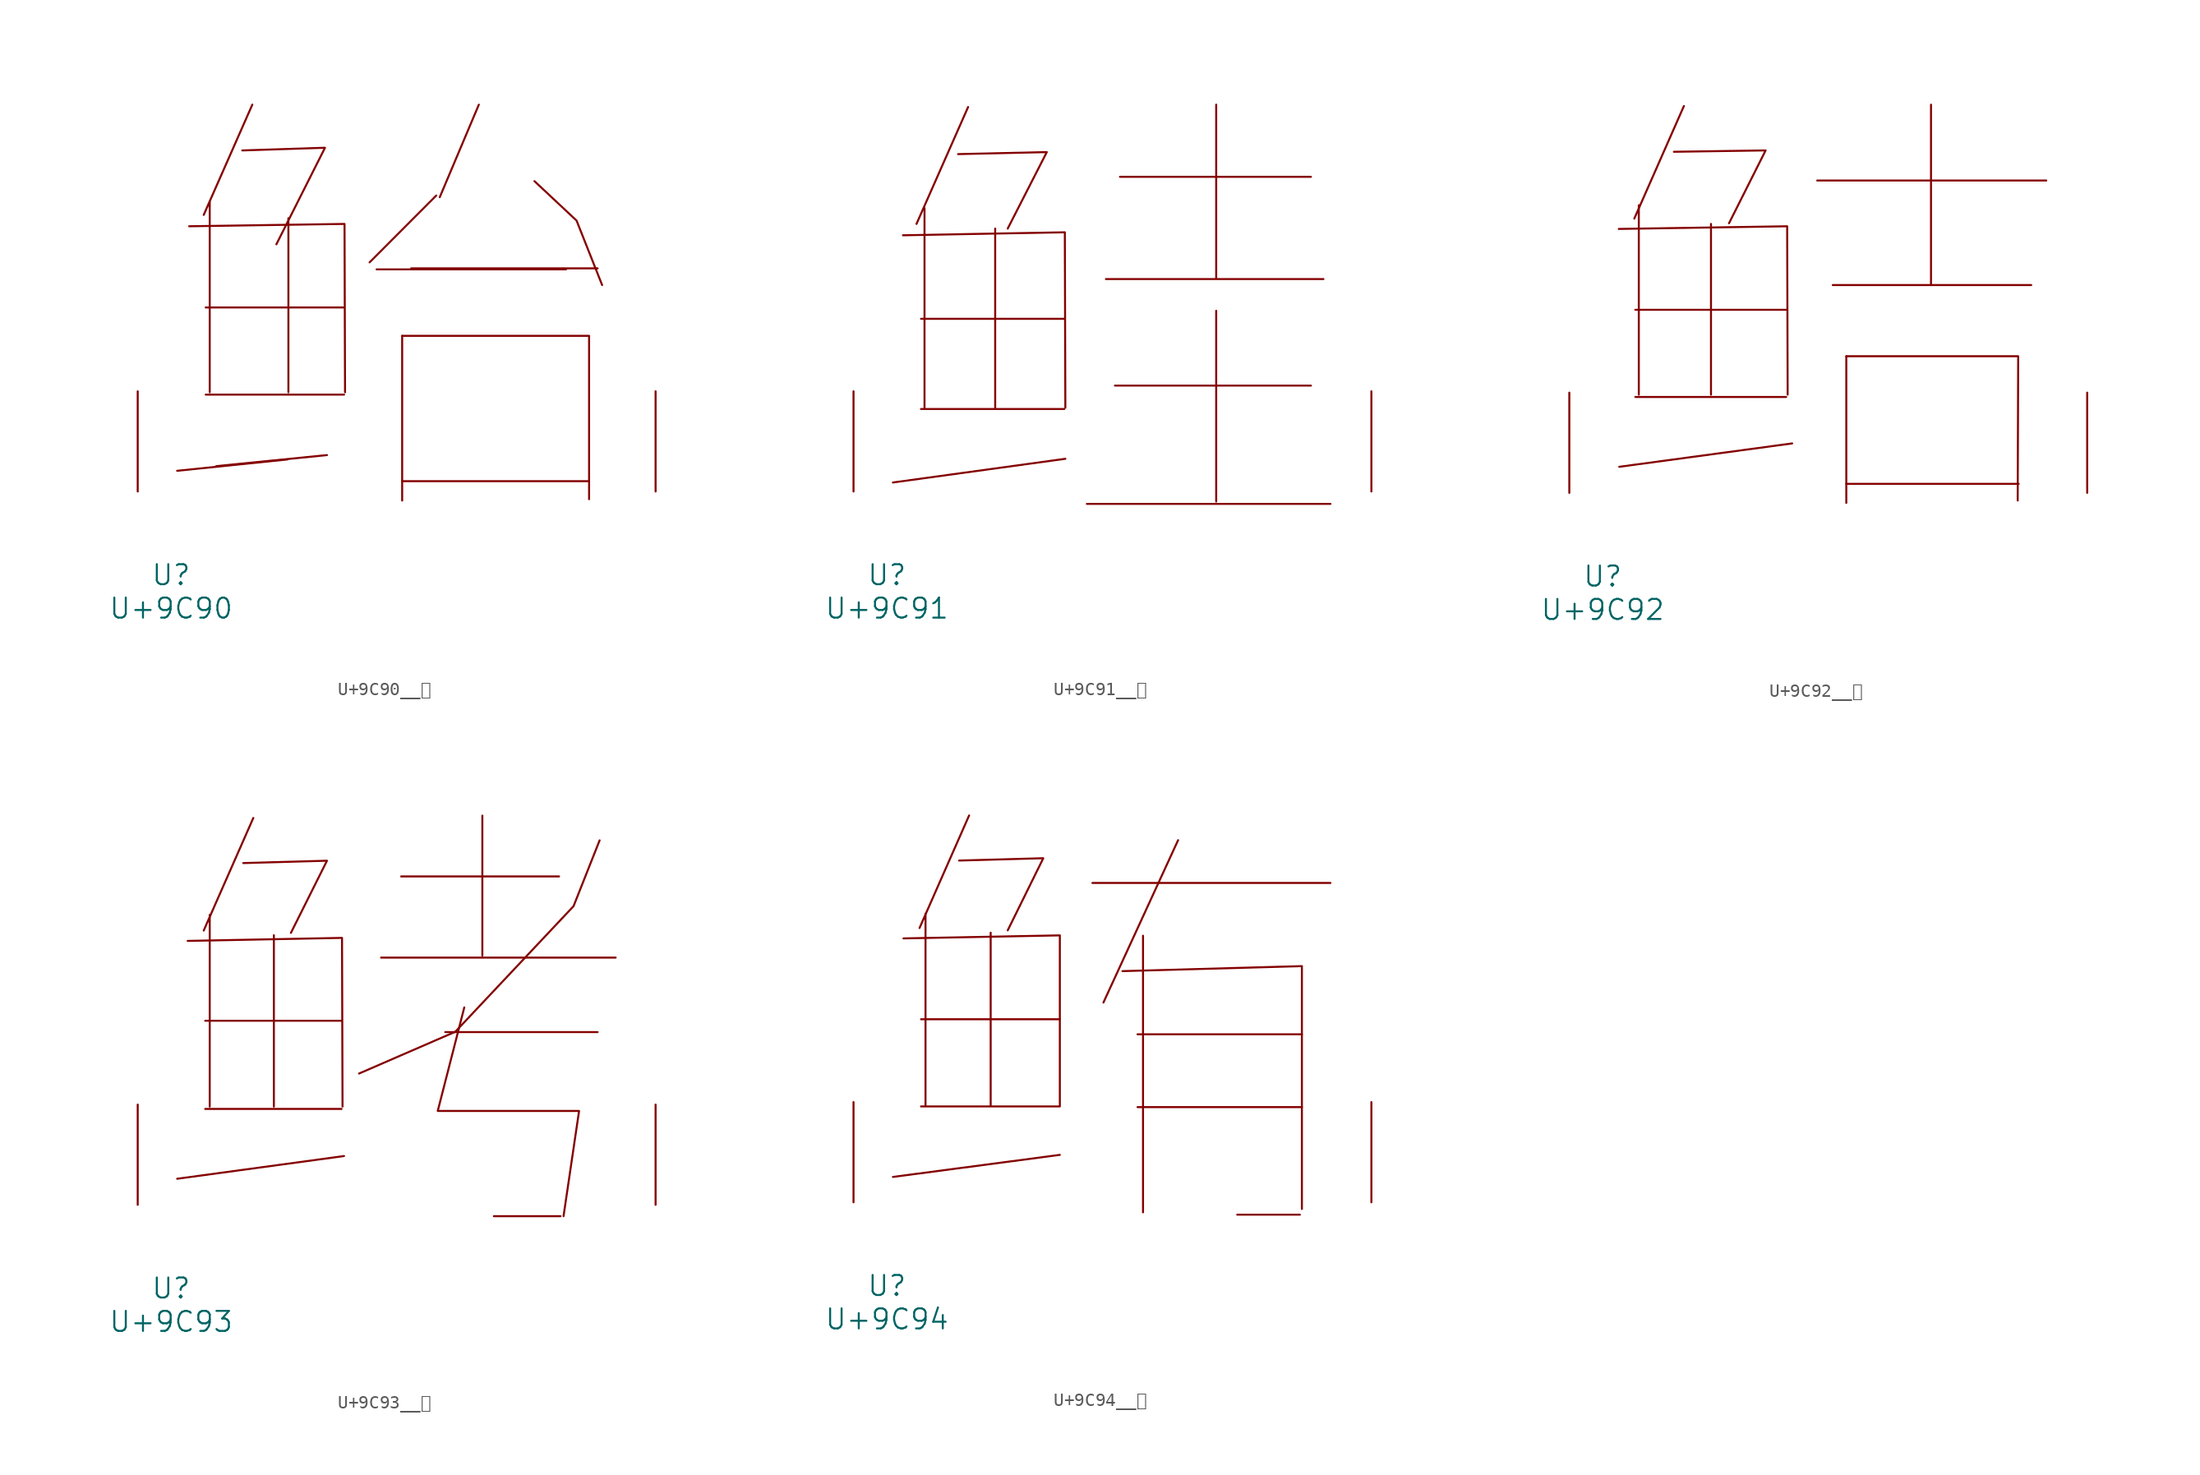
<source format=kicad_sym>
(kicad_symbol_lib
  (version 20231120)
  (generator "kicad_symbol_editor")
  (generator_version "8.0")
  (symbol "U+9C90__鲐"
    (pin_names
      (offset 1.016))
    (property "Reference" "U"
      (at 0 -6.35 0)
      (effects (font (size 1.524 1.524))))
    (property "Value" "U+9C90"
      (at 0 -8.89 0)
      (effects (font (size 1.524 1.524))))
    (symbol "U+9C90__鲐_0_1"
      (polyline (pts (xy 2.629 7.366) (xy 13.145 7.366)) (stroke (width 0) (type solid)) (fill (type none)))
      (polyline (pts (xy 2.629 13.995) (xy 13.145 13.995)) (stroke (width 0) (type solid)) (fill (type none)))
      (polyline (pts (xy 2.934 22.047) (xy 2.934 7.544)) (stroke (width 0) (type solid)) (fill (type none)))
      (polyline (pts (xy 6.172 29.413) (xy 2.477 21.031)) (stroke (width 0) (type solid)) (fill (type none)))
      (polyline (pts (xy 8.839 2.438) (xy 0.457 1.575)) (stroke (width 0) (type solid)) (fill (type none)))
      (polyline (pts (xy 8.915 20.777) (xy 8.915 7.544)) (stroke (width 0) (type solid)) (fill (type none)))
      (polyline (pts (xy 11.849 2.769) (xy 3.429 1.93)) (stroke (width 0) (type solid)) (fill (type none)))
      (polyline (pts (xy 15.621 16.891) (xy 30.023 16.891)) (stroke (width 0) (type solid)) (fill (type none)))
      (polyline (pts (xy 17.564 0.787) (xy 31.775 0.787)) (stroke (width 0) (type solid)) (fill (type none)))
      (polyline (pts (xy 17.564 11.836) (xy 17.564 -0.686)) (stroke (width 0) (type solid)) (fill (type none)))
      (polyline (pts (xy 18.25 16.967) (xy 32.423 16.967)) (stroke (width 0) (type solid)) (fill (type none)))
      (polyline (pts (xy 20.155 22.504) (xy 15.088 17.424)) (stroke (width 0) (type solid)) (fill (type none)))
      (polyline (pts (xy 23.393 29.413) (xy 20.422 22.377)) (stroke (width 0) (type solid)) (fill (type none)))
      (polyline (pts (xy 1.372 20.168) (xy 13.183 20.345) (xy 13.221 7.544)) (stroke (width 0) (type solid)) (fill (type none)))
      (polyline (pts (xy 5.41 25.933) (xy 11.697 26.137) (xy 8.001 18.796)) (stroke (width 0) (type solid)) (fill (type none)))
      (polyline (pts (xy 17.564 11.836) (xy 31.775 11.836) (xy 31.775 -0.584)) (stroke (width 0) (type solid)) (fill (type none)))
      (polyline (pts (xy 27.622 23.597) (xy 30.823 20.599) (xy 32.766 15.697)) (stroke (width 0) (type solid)) (fill (type none)))
      (pin input line (at -2.54 0 90) (length 7.62) (name "~" (effects (font (size 1.27 1.27)))) (number "~" (effects (font (size 1.27 1.27)))))
      (pin input line (at 36.83 0 90) (length 7.62) (name "~" (effects (font (size 1.27 1.27)))) (number "~" (effects (font (size 1.27 1.27)))))))
  (symbol "U+9C91__鲑"
    (pin_names
      (offset 1.016))
    (property "Reference" "U"
      (at 0 -6.35 0)
      (effects (font (size 1.524 1.524))))
    (property "Value" "U+9C91"
      (at 0 -8.89 0)
      (effects (font (size 1.524 1.524))))
    (symbol "U+9C91__鲑_0_1"
      (polyline (pts (xy 2.591 6.274) (xy 13.487 6.274)) (stroke (width 0) (type solid)) (fill (type none)))
      (polyline (pts (xy 2.591 13.132) (xy 13.487 13.132)) (stroke (width 0) (type solid)) (fill (type none)))
      (polyline (pts (xy 2.857 21.539) (xy 2.857 6.375)) (stroke (width 0) (type solid)) (fill (type none)))
      (polyline (pts (xy 6.172 29.235) (xy 2.248 20.345)) (stroke (width 0) (type solid)) (fill (type none)))
      (polyline (pts (xy 8.23 19.99) (xy 8.23 6.375)) (stroke (width 0) (type solid)) (fill (type none)))
      (polyline (pts (xy 13.564 2.489) (xy 0.457 0.686)) (stroke (width 0) (type solid)) (fill (type none)))
      (polyline (pts (xy 15.202 -0.94) (xy 33.718 -0.94)) (stroke (width 0) (type solid)) (fill (type none)))
      (polyline (pts (xy 16.65 16.154) (xy 33.185 16.154)) (stroke (width 0) (type solid)) (fill (type none)))
      (polyline (pts (xy 17.335 8.052) (xy 32.233 8.052)) (stroke (width 0) (type solid)) (fill (type none)))
      (polyline (pts (xy 17.716 23.927) (xy 32.233 23.927)) (stroke (width 0) (type solid)) (fill (type none)))
      (polyline (pts (xy 25.032 13.741) (xy 25.032 -0.762)) (stroke (width 0) (type solid)) (fill (type none)))
      (polyline (pts (xy 25.032 29.413) (xy 25.032 16.205)) (stroke (width 0) (type solid)) (fill (type none)))
      (polyline (pts (xy 1.219 19.482) (xy 13.525 19.71) (xy 13.564 6.375)) (stroke (width 0) (type solid)) (fill (type none)))
      (polyline (pts (xy 5.41 25.654) (xy 12.154 25.806) (xy 9.182 19.99)) (stroke (width 0) (type solid)) (fill (type none)))
      (pin input line (at -2.54 0 90) (length 7.62) (name "~" (effects (font (size 1.27 1.27)))) (number "~" (effects (font (size 1.27 1.27)))))
      (pin input line (at 36.83 0 90) (length 7.62) (name "~" (effects (font (size 1.27 1.27)))) (number "~" (effects (font (size 1.27 1.27)))))))
  (symbol "U+9C92__鲒"
    (pin_names
      (offset 1.016))
    (property "Reference" "U"
      (at 0 -6.35 0)
      (effects (font (size 1.524 1.524))))
    (property "Value" "U+9C92"
      (at 0 -8.89 0)
      (effects (font (size 1.524 1.524))))
    (symbol "U+9C92__鲒_0_1"
      (polyline (pts (xy 2.477 7.29) (xy 13.945 7.29)) (stroke (width 0) (type solid)) (fill (type none)))
      (polyline (pts (xy 2.477 13.919) (xy 13.945 13.919)) (stroke (width 0) (type solid)) (fill (type none)))
      (polyline (pts (xy 2.743 21.869) (xy 2.743 7.468)) (stroke (width 0) (type solid)) (fill (type none)))
      (polyline (pts (xy 6.172 29.413) (xy 2.4 20.853)) (stroke (width 0) (type solid)) (fill (type none)))
      (polyline (pts (xy 8.23 20.447) (xy 8.23 7.468)) (stroke (width 0) (type solid)) (fill (type none)))
      (polyline (pts (xy 14.402 3.759) (xy 1.257 1.981)) (stroke (width 0) (type solid)) (fill (type none)))
      (polyline (pts (xy 16.307 23.749) (xy 33.718 23.749)) (stroke (width 0) (type solid)) (fill (type none)))
      (polyline (pts (xy 17.488 15.799) (xy 32.575 15.799)) (stroke (width 0) (type solid)) (fill (type none)))
      (polyline (pts (xy 18.517 0.686) (xy 31.623 0.686)) (stroke (width 0) (type solid)) (fill (type none)))
      (polyline (pts (xy 18.517 10.389) (xy 18.517 -0.762)) (stroke (width 0) (type solid)) (fill (type none)))
      (polyline (pts (xy 24.956 29.515) (xy 24.956 15.875)) (stroke (width 0) (type solid)) (fill (type none)))
      (polyline (pts (xy 1.219 20.066) (xy 14.021 20.269) (xy 14.059 7.468)) (stroke (width 0) (type solid)) (fill (type none)))
      (polyline (pts (xy 5.41 25.933) (xy 12.383 26.035) (xy 9.601 20.498)) (stroke (width 0) (type solid)) (fill (type none)))
      (polyline (pts (xy 18.517 10.389) (xy 31.585 10.389) (xy 31.547 -0.584)) (stroke (width 0) (type solid)) (fill (type none)))
      (pin input line (at -2.54 0 90) (length 7.62) (name "~" (effects (font (size 1.27 1.27)))) (number "~" (effects (font (size 1.27 1.27)))))
      (pin input line (at 36.83 0 90) (length 7.62) (name "~" (effects (font (size 1.27 1.27)))) (number "~" (effects (font (size 1.27 1.27)))))))
  (symbol "U+9C93__鲓"
    (pin_names
      (offset 1.016))
    (property "Reference" "U"
      (at 0 -6.35 0)
      (effects (font (size 1.524 1.524))))
    (property "Value" "U+9C93"
      (at 0 -8.89 0)
      (effects (font (size 1.524 1.524))))
    (symbol "U+9C93__鲓_0_1"
      (polyline (pts (xy 2.591 7.29) (xy 12.954 7.29)) (stroke (width 0) (type solid)) (fill (type none)))
      (polyline (pts (xy 2.591 13.995) (xy 12.954 13.995)) (stroke (width 0) (type solid)) (fill (type none)))
      (polyline (pts (xy 2.934 22.047) (xy 2.934 7.468)) (stroke (width 0) (type solid)) (fill (type none)))
      (polyline (pts (xy 6.248 29.413) (xy 2.477 20.853)) (stroke (width 0) (type solid)) (fill (type none)))
      (polyline (pts (xy 7.811 20.498) (xy 7.811 7.468)) (stroke (width 0) (type solid)) (fill (type none)))
      (polyline (pts (xy 13.145 3.708) (xy 0.457 1.981)) (stroke (width 0) (type solid)) (fill (type none)))
      (polyline (pts (xy 15.964 18.796) (xy 33.795 18.796)) (stroke (width 0) (type solid)) (fill (type none)))
      (polyline (pts (xy 17.488 24.968) (xy 29.489 24.968)) (stroke (width 0) (type solid)) (fill (type none)))
      (polyline (pts (xy 20.841 13.132) (xy 32.423 13.132)) (stroke (width 0) (type solid)) (fill (type none)))
      (polyline (pts (xy 23.66 29.591) (xy 23.66 18.948)) (stroke (width 0) (type solid)) (fill (type none)))
      (polyline (pts (xy 24.536 -0.864) (xy 29.604 -0.864)) (stroke (width 0) (type solid)) (fill (type none)))
      (polyline (pts (xy 1.257 20.066) (xy 12.992 20.295) (xy 13.03 7.468)) (stroke (width 0) (type solid)) (fill (type none)))
      (polyline (pts (xy 5.486 25.984) (xy 11.849 26.162) (xy 9.106 20.676)) (stroke (width 0) (type solid)) (fill (type none)))
      (polyline (pts (xy 22.288 15.011) (xy 20.269 7.137) (xy 31.013 7.137) (xy 29.832 -0.864)) (stroke (width 0) (type solid)) (fill (type none)))
      (polyline (pts (xy 32.575 27.711) (xy 30.594 22.708) (xy 21.603 13.157) (xy 14.287 9.982)) (stroke (width 0) (type solid)) (fill (type none)))
      (pin input line (at -2.54 0 90) (length 7.62) (name "~" (effects (font (size 1.27 1.27)))) (number "~" (effects (font (size 1.27 1.27)))))
      (pin input line (at 36.83 0 90) (length 7.62) (name "~" (effects (font (size 1.27 1.27)))) (number "~" (effects (font (size 1.27 1.27)))))))
  (symbol "U+9C94__鲔"
    (pin_names
      (offset 1.016))
    (property "Reference" "U"
      (at 0 -6.35 0)
      (effects (font (size 1.524 1.524))))
    (property "Value" "U+9C94"
      (at 0 -8.89 0)
      (effects (font (size 1.524 1.524))))
    (symbol "U+9C94__鲔_0_1"
      (polyline (pts (xy 2.591 7.29) (xy 13.145 7.29)) (stroke (width 0) (type solid)) (fill (type none)))
      (polyline (pts (xy 2.591 13.919) (xy 13.145 13.919)) (stroke (width 0) (type solid)) (fill (type none)))
      (polyline (pts (xy 2.934 21.946) (xy 2.934 7.366)) (stroke (width 0) (type solid)) (fill (type none)))
      (polyline (pts (xy 6.248 29.413) (xy 2.477 20.853)) (stroke (width 0) (type solid)) (fill (type none)))
      (polyline (pts (xy 7.887 20.498) (xy 7.887 7.366)) (stroke (width 0) (type solid)) (fill (type none)))
      (polyline (pts (xy 13.145 3.607) (xy 0.457 1.93)) (stroke (width 0) (type solid)) (fill (type none)))
      (polyline (pts (xy 15.621 24.282) (xy 33.718 24.282)) (stroke (width 0) (type solid)) (fill (type none)))
      (polyline (pts (xy 19.05 7.239) (xy 31.547 7.239)) (stroke (width 0) (type solid)) (fill (type none)))
      (polyline (pts (xy 19.05 12.776) (xy 31.547 12.776)) (stroke (width 0) (type solid)) (fill (type none)))
      (polyline (pts (xy 19.469 20.269) (xy 19.469 -0.762)) (stroke (width 0) (type solid)) (fill (type none)))
      (polyline (pts (xy 22.136 27.534) (xy 16.459 15.189)) (stroke (width 0) (type solid)) (fill (type none)))
      (polyline (pts (xy 26.632 -0.94) (xy 31.394 -0.94)) (stroke (width 0) (type solid)) (fill (type none)))
      (polyline (pts (xy 1.257 20.066) (xy 13.145 20.295) (xy 13.145 7.366)) (stroke (width 0) (type solid)) (fill (type none)))
      (polyline (pts (xy 5.486 25.984) (xy 11.887 26.162) (xy 9.182 20.676)) (stroke (width 0) (type solid)) (fill (type none)))
      (polyline (pts (xy 17.907 17.577) (xy 31.547 17.958) (xy 31.547 -0.508)) (stroke (width 0) (type solid)) (fill (type none)))
      (pin input line (at -2.54 0 90) (length 7.62) (name "~" (effects (font (size 1.27 1.27)))) (number "~" (effects (font (size 1.27 1.27)))))
      (pin input line (at 36.83 0 90) (length 7.62) (name "~" (effects (font (size 1.27 1.27)))) (number "~" (effects (font (size 1.27 1.27))))))))
</source>
